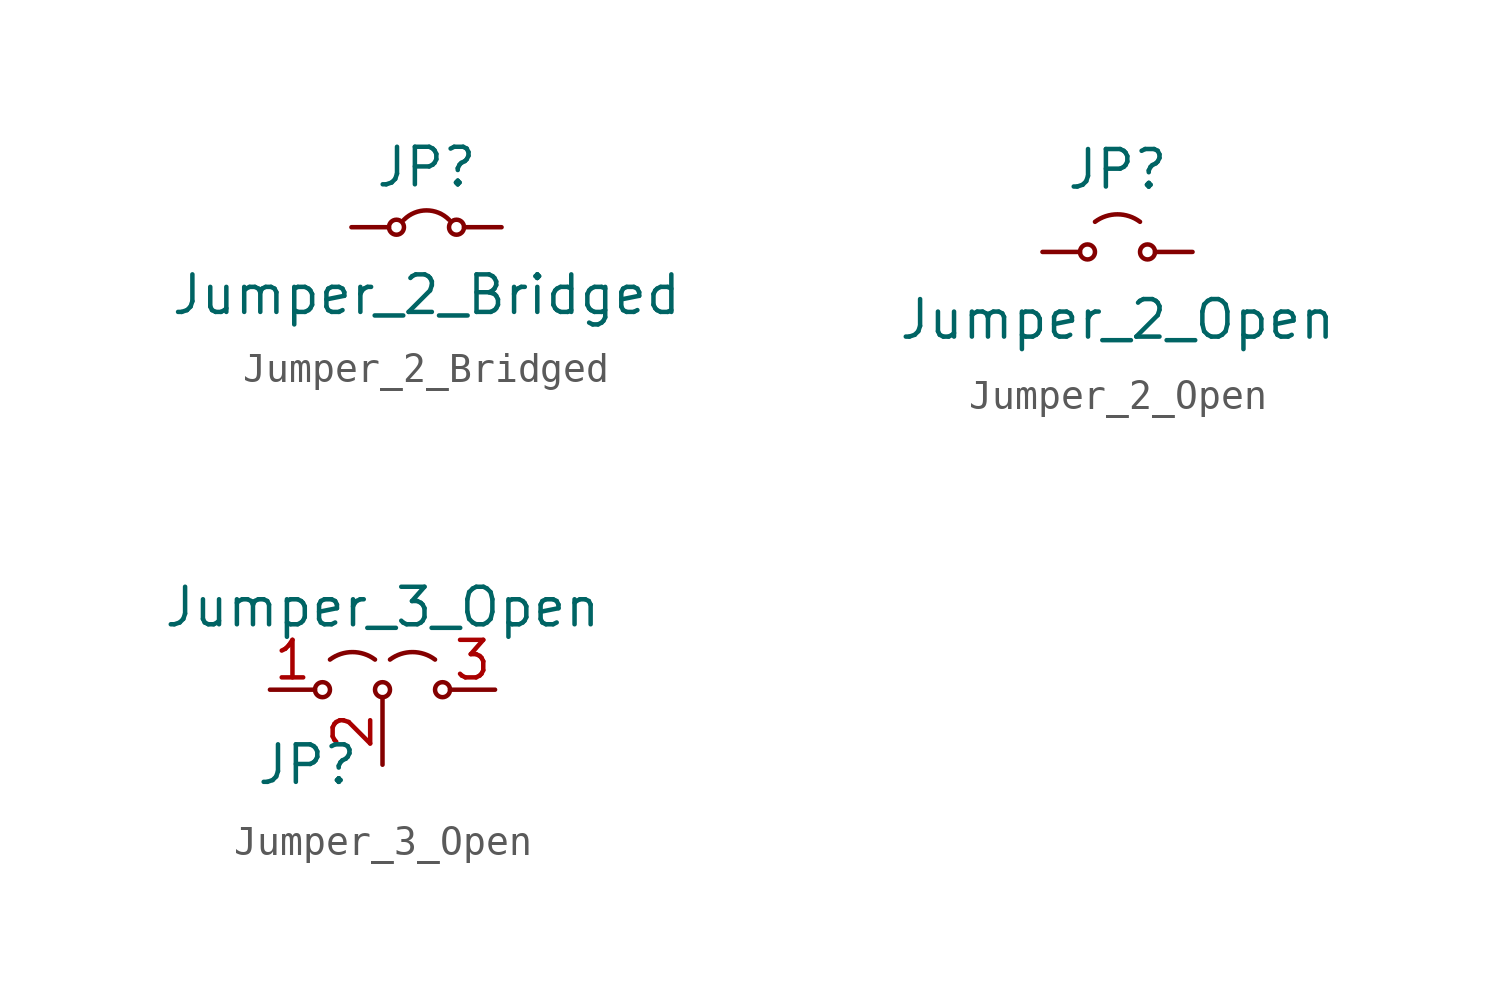
<source format=kicad_sym>
(kicad_symbol_lib
  (version 20231120)
  (generator "kicad_symbol_editor")
  (generator_version "8.0")
  (symbol "Jumper_2_Bridged"
    (pin_numbers hide)
    (pin_names
      (offset 0) hide)
    (property "Reference" "JP"
      (at 0 2.032 0)
      (effects (font (size 1.27 1.27))))
    (property "Value" "Jumper_2_Bridged"
      (at 0 -2.286 0)
      (effects (font (size 1.27 1.27))))
    (symbol "Jumper_2_Bridged_0_0"
      (circle (center -1.016 0) (radius 0.254) (stroke (width 0) (type default)) (fill (type none)))
      (circle (center 1.016 0) (radius 0.254) (stroke (width 0) (type default)) (fill (type none))))
    (symbol "Jumper_2_Bridged_0_1"
      (arc (start 0.762 0.254) (mid 0 0.5696) (end -0.762 0.254) (stroke (width 0) (type default)) (fill (type none))))
    (symbol "Jumper_2_Bridged_1_1"
      (pin passive line (at -2.54 0 0) (length 1.27) (name "A" (effects (font (size 1.27 1.27)))) (number "1" (effects (font (size 1.27 1.27)))))
      (pin passive line (at 2.54 0 180) (length 1.27) (name "B" (effects (font (size 1.27 1.27)))) (number "2" (effects (font (size 1.27 1.27)))))))
  (symbol "Jumper_2_Open"
    (pin_numbers hide)
    (pin_names
      (offset 0) hide)
    (property "Reference" "JP"
      (at 0 2.794 0)
      (effects (font (size 1.27 1.27))))
    (property "Value" "Jumper_2_Open"
      (at 0 -2.286 0)
      (effects (font (size 1.27 1.27))))
    (symbol "Jumper_2_Open_0_0"
      (circle (center -1.016 0) (radius 0.254) (stroke (width 0) (type default)) (fill (type none)))
      (circle (center 1.016 0) (radius 0.254) (stroke (width 0) (type default)) (fill (type none))))
    (symbol "Jumper_2_Open_0_1"
      (arc (start 0.762 1.0196) (mid 0 1.2729) (end -0.762 1.0196) (stroke (width 0) (type default)) (fill (type none))))
    (symbol "Jumper_2_Open_1_1"
      (pin passive line (at -2.54 0 0) (length 1.27) (name "A" (effects (font (size 1.27 1.27)))) (number "1" (effects (font (size 1.27 1.27)))))
      (pin passive line (at 2.54 0 180) (length 1.27) (name "B" (effects (font (size 1.27 1.27)))) (number "2" (effects (font (size 1.27 1.27)))))))
  (symbol "Jumper_3_Open"
    (pin_names
      (offset 0) hide)
    (property "Reference" "JP"
      (at -2.54 -2.54 0)
      (effects (font (size 1.27 1.27))))
    (property "Value" "Jumper_3_Open"
      (at 0 2.794 0)
      (effects (font (size 1.27 1.27))))
    (symbol "Jumper_3_Open_0_0"
      (circle (center -2.032 0) (radius 0.254) (stroke (width 0) (type default)) (fill (type none)))
      (circle (center 0 0) (radius 0.254) (stroke (width 0) (type default)) (fill (type none)))
      (circle (center 2.032 0) (radius 0.254) (stroke (width 0) (type default)) (fill (type none))))
    (symbol "Jumper_3_Open_0_1"
      (arc (start -0.254 1.0195) (mid -1.016 1.2728) (end -1.778 1.0195) (stroke (width 0) (type default)) (fill (type none)))
      (arc (start 1.778 1.0195) (mid 1.016 1.2728) (end 0.254 1.0195) (stroke (width 0) (type default)) (fill (type none))))
    (symbol "Jumper_3_Open_1_1"
      (pin passive line (at -3.81 0 0) (length 1.524) (name "A" (effects (font (size 1.27 1.27)))) (number "1" (effects (font (size 1.27 1.27)))))
      (pin passive line (at 0 -2.54 90) (length 2.286) (name "B" (effects (font (size 1.27 1.27)))) (number "2" (effects (font (size 1.27 1.27)))))
      (pin passive line (at 3.81 0 180) (length 1.524) (name "B" (effects (font (size 1.27 1.27)))) (number "3" (effects (font (size 1.27 1.27))))))))
</source>
